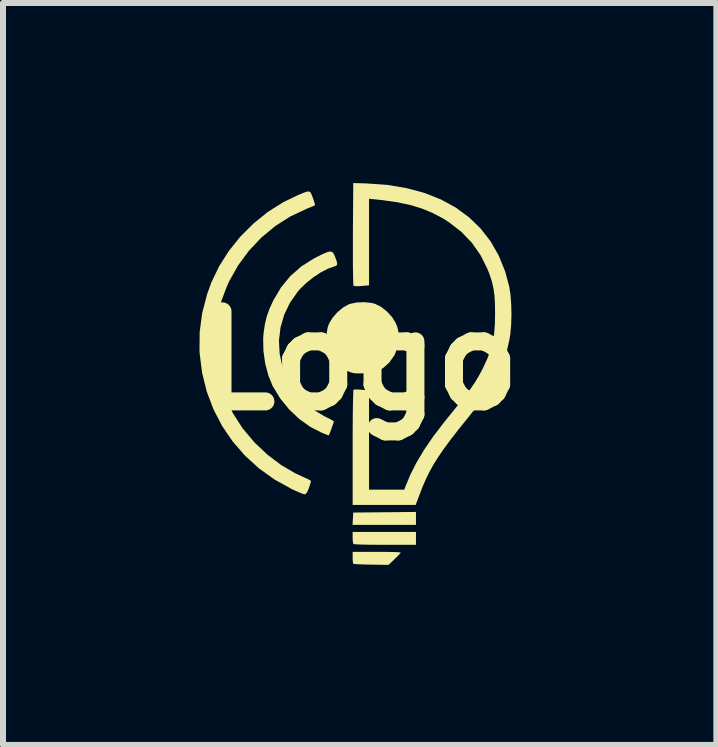
<source format=kicad_pcb>
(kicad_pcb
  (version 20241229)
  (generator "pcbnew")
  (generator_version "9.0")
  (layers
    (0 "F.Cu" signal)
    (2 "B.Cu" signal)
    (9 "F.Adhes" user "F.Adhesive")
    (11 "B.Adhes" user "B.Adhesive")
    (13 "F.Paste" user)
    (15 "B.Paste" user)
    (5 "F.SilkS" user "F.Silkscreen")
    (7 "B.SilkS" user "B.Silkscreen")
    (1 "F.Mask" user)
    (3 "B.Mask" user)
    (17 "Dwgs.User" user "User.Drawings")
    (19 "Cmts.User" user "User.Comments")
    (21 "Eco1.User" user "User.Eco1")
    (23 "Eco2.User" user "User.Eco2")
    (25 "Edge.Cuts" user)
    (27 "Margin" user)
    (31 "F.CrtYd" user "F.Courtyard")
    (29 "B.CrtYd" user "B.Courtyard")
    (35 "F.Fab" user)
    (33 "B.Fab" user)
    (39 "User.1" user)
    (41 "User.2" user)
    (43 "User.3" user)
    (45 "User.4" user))
  (footprint "Logo"
    (layer "F.Cu")
    (at 2.943 2.96)
    (property "Reference" "Logo" (at 0 0 0) (layer "F.SilkS") (effects (font (size 1.5 1.5) (thickness 0.3))))
    (attr board_only exclude_from_pos_files exclude_from_bom)
    (fp_poly (pts (xy 0.938 2.628) (xy 0.938 2.735) (xy 0.409 2.735) (xy -0.119 2.735) (xy -0.113 2.633) (xy -0.107 2.53) (xy 0.415 2.525) (xy 0.938 2.52)) (stroke (width 0) (type solid)) (fill yes) (layer "F.SilkS"))
    (fp_poly (pts (xy 0.938 2.96) (xy 0.938 3.068) (xy 0.423 3.068) (xy 0.285 3.067) (xy 0.16 3.066) (xy 0.054 3.064) (xy -0.03 3.061) (xy -0.084 3.058) (xy -0.104 3.055) (xy -0.112 3.029) (xy -0.117 2.978) (xy -0.117 2.947) (xy -0.117 2.853) (xy 0.41 2.853) (xy 0.938 2.853)) (stroke (width 0) (type solid)) (fill yes) (layer "F.SilkS"))
    (fp_poly (pts (xy 0.404 3.185) (xy 0.509 3.187) (xy 0.595 3.189) (xy 0.655 3.192) (xy 0.683 3.196) (xy 0.684 3.197) (xy 0.671 3.215) (xy 0.636 3.252) (xy 0.587 3.301) (xy 0.583 3.305) (xy 0.482 3.402) (xy 0.192 3.398) (xy 0.09 3.396) (xy 0.002 3.393) (xy -0.064 3.389) (xy -0.102 3.385) (xy -0.107 3.384) (xy -0.113 3.36) (xy -0.117 3.311) (xy -0.117 3.279) (xy -0.117 3.185) (xy 0.283 3.185)) (stroke (width 0) (type solid)) (fill yes) (layer "F.SilkS"))
    (fp_poly (pts (xy 0.201 -0.962) (xy 0.26 -0.946) (xy 0.357 -0.897) (xy 0.453 -0.821) (xy 0.538 -0.729) (xy 0.597 -0.635) (xy 0.626 -0.566) (xy 0.642 -0.501) (xy 0.648 -0.421) (xy 0.648 -0.382) (xy 0.632 -0.229) (xy 0.583 -0.096) (xy 0.499 0.022) (xy 0.477 0.045) (xy 0.396 0.118) (xy 0.313 0.166) (xy 0.219 0.194) (xy 0.101 0.208) (xy 0.068 0.21) (xy -0.022 0.212) (xy -0.086 0.209) (xy -0.137 0.198) (xy -0.188 0.178) (xy -0.205 0.17) (xy -0.331 0.09) (xy -0.431 -0.014) (xy -0.504 -0.137) (xy -0.547 -0.273) (xy -0.557 -0.414) (xy -0.533 -0.556) (xy -0.509 -0.621) (xy -0.452 -0.715) (xy -0.372 -0.807) (xy -0.278 -0.885) (xy -0.182 -0.939) (xy -0.163 -0.946) (xy -0.05 -0.97) (xy 0.078 -0.975)) (stroke (width 0) (type solid)) (fill yes) (layer "F.SilkS"))
    (fp_poly (pts (xy -0.46 -1.813) (xy -0.436 -1.788) (xy -0.415 -1.744) (xy -0.409 -1.729) (xy -0.383 -1.657) (xy -0.374 -1.613) (xy -0.383 -1.588) (xy -0.411 -1.574) (xy -0.425 -1.57) (xy -0.532 -1.532) (xy -0.652 -1.469) (xy -0.776 -1.387) (xy -0.894 -1.292) (xy -0.997 -1.192) (xy -1.028 -1.156) (xy -1.161 -0.967) (xy -1.258 -0.765) (xy -1.319 -0.554) (xy -1.345 -0.337) (xy -1.334 -0.119) (xy -1.288 0.097) (xy -1.206 0.308) (xy -1.096 0.496) (xy -0.958 0.662) (xy -0.79 0.805) (xy -0.593 0.923) (xy -0.556 0.941) (xy -0.494 0.972) (xy -0.449 0.997) (xy -0.43 1.012) (xy -0.43 1.013) (xy -0.436 1.035) (xy -0.452 1.081) (xy -0.472 1.137) (xy -0.492 1.191) (xy -0.508 1.231) (xy -0.515 1.244) (xy -0.533 1.239) (xy -0.577 1.222) (xy -0.628 1.202) (xy -0.822 1.103) (xy -1.007 0.971) (xy -1.176 0.811) (xy -1.324 0.629) (xy -1.445 0.43) (xy -1.451 0.42) (xy -1.523 0.242) (xy -1.575 0.043) (xy -1.604 -0.165) (xy -1.608 -0.37) (xy -1.602 -0.453) (xy -1.58 -0.604) (xy -1.549 -0.735) (xy -1.504 -0.863) (xy -1.439 -1.005) (xy -1.438 -1.006) (xy -1.31 -1.222) (xy -1.155 -1.41) (xy -0.972 -1.571) (xy -0.76 -1.705) (xy -0.713 -1.729) (xy -0.614 -1.778) (xy -0.542 -1.808) (xy -0.493 -1.82)) (stroke (width 0) (type solid)) (fill yes) (layer "F.SilkS"))
    (fp_poly (pts (xy -0.821 -2.806) (xy -0.803 -2.773) (xy -0.782 -2.718) (xy -0.781 -2.716) (xy -0.76 -2.654) (xy -0.747 -2.609) (xy -0.745 -2.59) (xy -0.765 -2.58) (xy -0.813 -2.56) (xy -0.877 -2.534) (xy -0.889 -2.529) (xy -1.158 -2.402) (xy -1.409 -2.242) (xy -1.638 -2.052) (xy -1.844 -1.834) (xy -2.023 -1.592) (xy -2.172 -1.328) (xy -2.212 -1.241) (xy -2.304 -0.996) (xy -2.365 -0.747) (xy -2.397 -0.482) (xy -2.403 -0.283) (xy -2.385 0.027) (xy -2.33 0.324) (xy -2.239 0.607) (xy -2.113 0.874) (xy -1.952 1.125) (xy -1.757 1.357) (xy -1.75 1.365) (xy -1.534 1.568) (xy -1.306 1.74) (xy -1.072 1.877) (xy -0.926 1.944) (xy -0.866 1.971) (xy -0.825 1.993) (xy -0.811 2.007) (xy -0.817 2.032) (xy -0.833 2.082) (xy -0.847 2.125) (xy -0.877 2.194) (xy -0.905 2.225) (xy -0.915 2.227) (xy -0.946 2.219) (xy -1.002 2.197) (xy -1.075 2.165) (xy -1.129 2.14) (xy -1.415 1.982) (xy -1.676 1.796) (xy -1.91 1.583) (xy -2.116 1.346) (xy -2.292 1.088) (xy -2.436 0.81) (xy -2.548 0.515) (xy -2.625 0.205) (xy -2.666 -0.118) (xy -2.669 -0.166) (xy -2.666 -0.48) (xy -2.624 -0.793) (xy -2.543 -1.105) (xy -2.472 -1.303) (xy -2.342 -1.573) (xy -2.179 -1.83) (xy -1.987 -2.069) (xy -1.768 -2.287) (xy -1.529 -2.48) (xy -1.272 -2.642) (xy -1.026 -2.76) (xy -0.939 -2.796) (xy -0.881 -2.817) (xy -0.845 -2.82)) (stroke (width 0) (type solid)) (fill yes) (layer "F.SilkS"))
    (fp_poly (pts (xy 0.107 -2.954) (xy 0.456 -2.93) (xy 0.78 -2.876) (xy 1.08 -2.795) (xy 1.355 -2.686) (xy 1.603 -2.55) (xy 1.824 -2.388) (xy 2.018 -2.199) (xy 2.183 -1.986) (xy 2.319 -1.747) (xy 2.425 -1.484) (xy 2.493 -1.231) (xy 2.513 -1.098) (xy 2.525 -0.94) (xy 2.529 -0.77) (xy 2.524 -0.601) (xy 2.51 -0.445) (xy 2.495 -0.35) (xy 2.456 -0.18) (xy 2.41 -0.022) (xy 2.351 0.129) (xy 2.278 0.278) (xy 2.188 0.433) (xy 2.077 0.597) (xy 1.943 0.776) (xy 1.799 0.957) (xy 1.645 1.148) (xy 1.515 1.316) (xy 1.405 1.464) (xy 1.312 1.6) (xy 1.232 1.726) (xy 1.164 1.849) (xy 1.103 1.974) (xy 1.046 2.105) (xy 0.997 2.232) (xy 0.933 2.403) (xy 0.408 2.403) (xy -0.117 2.403) (xy -0.117 1.447) (xy -0.117 1.258) (xy -0.116 1.08) (xy -0.115 0.919) (xy -0.113 0.777) (xy -0.111 0.659) (xy -0.108 0.568) (xy -0.106 0.508) (xy -0.103 0.483) (xy -0.103 0.483) (xy -0.077 0.48) (xy -0.024 0.48) (xy 0.034 0.484) (xy 0.156 0.493) (xy 0.156 1.321) (xy 0.156 2.149) (xy 0.45 2.149) (xy 0.743 2.149) (xy 0.763 2.095) (xy 0.846 1.896) (xy 0.948 1.695) (xy 1.071 1.489) (xy 1.219 1.272) (xy 1.395 1.04) (xy 1.533 0.869) (xy 1.66 0.713) (xy 1.765 0.58) (xy 1.852 0.462) (xy 1.924 0.356) (xy 1.985 0.253) (xy 2.041 0.15) (xy 2.062 0.107) (xy 2.131 -0.043) (xy 2.183 -0.179) (xy 2.218 -0.313) (xy 2.241 -0.454) (xy 2.253 -0.614) (xy 2.256 -0.782) (xy 2.254 -0.948) (xy 2.246 -1.085) (xy 2.229 -1.206) (xy 2.203 -1.319) (xy 2.165 -1.435) (xy 2.128 -1.53) (xy 2.015 -1.757) (xy 1.87 -1.964) (xy 1.693 -2.148) (xy 1.486 -2.308) (xy 1.391 -2.369) (xy 1.218 -2.46) (xy 1.038 -2.535) (xy 0.843 -2.594) (xy 0.626 -2.64) (xy 0.381 -2.675) (xy 0.278 -2.686) (xy 0.156 -2.698) (xy 0.156 -1.977) (xy 0.156 -1.256) (xy 0.034 -1.245) (xy -0.032 -1.241) (xy -0.082 -1.243) (xy -0.103 -1.248) (xy -0.106 -1.27) (xy -0.108 -1.327) (xy -0.11 -1.415) (xy -0.112 -1.53) (xy -0.113 -1.668) (xy -0.113 -1.824) (xy -0.113 -1.995) (xy -0.113 -2.111) (xy -0.107 -2.96)) (stroke (width 0) (type solid)) (fill yes) (layer "F.SilkS")))
  (gr_rect
    (start -3 -3)
    (end 8.886 9.362)
    (stroke (width 0.1) (type default))
    (fill no)
    (layer "Edge.Cuts")))
</source>
